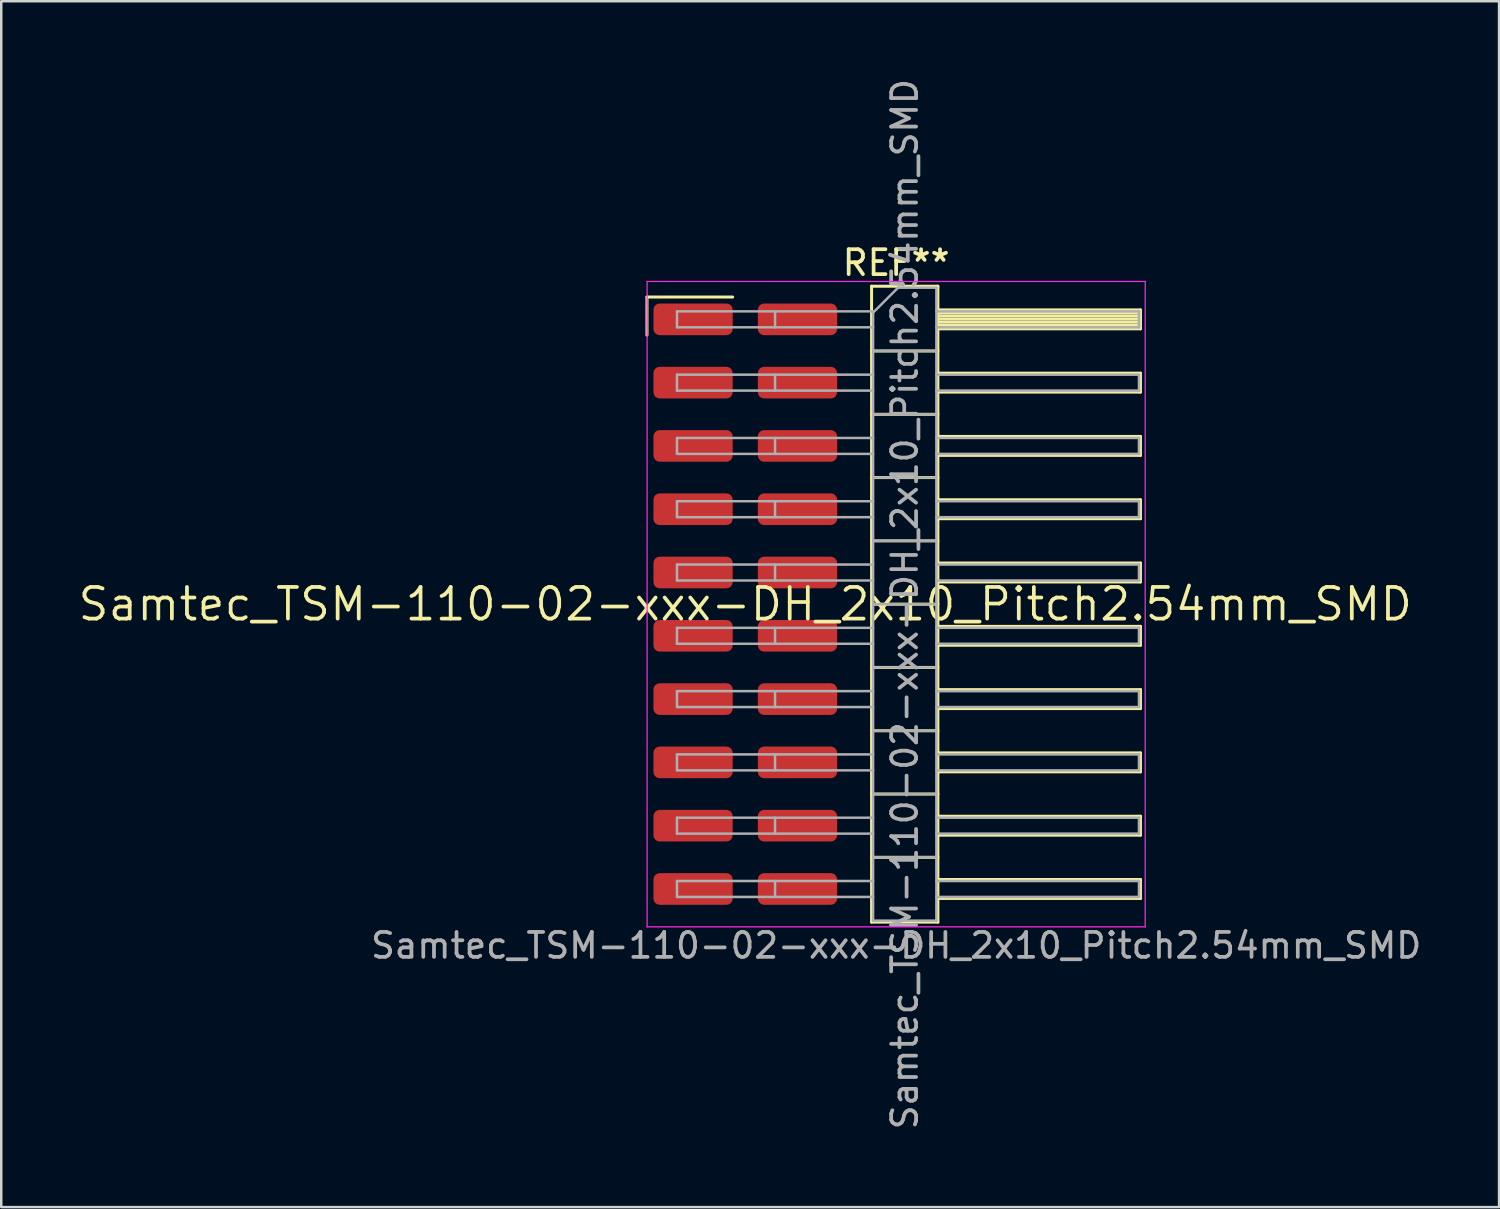
<source format=kicad_pcb>
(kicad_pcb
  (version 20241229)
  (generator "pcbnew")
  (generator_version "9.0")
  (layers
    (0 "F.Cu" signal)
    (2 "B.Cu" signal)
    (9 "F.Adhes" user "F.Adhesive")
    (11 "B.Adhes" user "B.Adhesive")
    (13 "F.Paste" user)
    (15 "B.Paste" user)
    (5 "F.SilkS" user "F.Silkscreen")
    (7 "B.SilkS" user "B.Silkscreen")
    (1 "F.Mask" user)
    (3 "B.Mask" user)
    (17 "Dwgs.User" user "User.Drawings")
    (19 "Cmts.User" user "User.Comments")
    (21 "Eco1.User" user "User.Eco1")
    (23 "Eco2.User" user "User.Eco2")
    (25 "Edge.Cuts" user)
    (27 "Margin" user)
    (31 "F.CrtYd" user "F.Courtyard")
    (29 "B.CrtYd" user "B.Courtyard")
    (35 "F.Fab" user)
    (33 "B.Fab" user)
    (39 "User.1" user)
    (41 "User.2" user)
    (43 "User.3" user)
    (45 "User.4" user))
  (footprint "Samtec_TSM-110-02-xxx-DH_2x10_Pitch2.54mm_SMD"
    (layer "F.Cu")
    (at 26.859 21.196)
    (property "Reference" "Samtec_TSM-110-02-xxx-DH_2x10_Pitch2.54mm_SMD" (at 0 0 0) (layer "F.SilkS") (effects (font (size 1.27 1.27) (thickness 0.15))))
    (attr smd)
    (fp_line (start -3.945 -12.325) (end -0.505 -12.325) (stroke (width 0.12) (type solid)) (layer "F.SilkS"))
    (fp_line (start -3.945 -10.795) (end -3.945 -12.325) (stroke (width 0.12) (type solid)) (layer "F.SilkS"))
    (fp_line (start 5.07 -12.76) (end 7.73 -12.76) (stroke (width 0.12) (type solid)) (layer "F.SilkS"))
    (fp_line (start 5.07 -10.16) (end 7.73 -10.16) (stroke (width 0.12) (type solid)) (layer "F.SilkS"))
    (fp_line (start 5.07 -7.62) (end 7.73 -7.62) (stroke (width 0.12) (type solid)) (layer "F.SilkS"))
    (fp_line (start 5.07 -5.08) (end 7.73 -5.08) (stroke (width 0.12) (type solid)) (layer "F.SilkS"))
    (fp_line (start 5.07 -2.54) (end 7.73 -2.54) (stroke (width 0.12) (type solid)) (layer "F.SilkS"))
    (fp_line (start 5.07 0) (end 7.73 0) (stroke (width 0.12) (type solid)) (layer "F.SilkS"))
    (fp_line (start 5.07 2.54) (end 7.73 2.54) (stroke (width 0.12) (type solid)) (layer "F.SilkS"))
    (fp_line (start 5.07 5.08) (end 7.73 5.08) (stroke (width 0.12) (type solid)) (layer "F.SilkS"))
    (fp_line (start 5.07 7.62) (end 7.73 7.62) (stroke (width 0.12) (type solid)) (layer "F.SilkS"))
    (fp_line (start 5.07 10.16) (end 7.73 10.16) (stroke (width 0.12) (type solid)) (layer "F.SilkS"))
    (fp_line (start 5.07 12.76) (end 5.07 -12.76) (stroke (width 0.12) (type solid)) (layer "F.SilkS"))
    (fp_line (start 7.73 -12.76) (end 7.73 12.76) (stroke (width 0.12) (type solid)) (layer "F.SilkS"))
    (fp_line (start 7.73 -11.81) (end 15.86 -11.81) (stroke (width 0.12) (type solid)) (layer "F.SilkS"))
    (fp_line (start 7.73 -11.69) (end 15.86 -11.69) (stroke (width 0.12) (type solid)) (layer "F.SilkS"))
    (fp_line (start 7.73 -11.57) (end 15.86 -11.57) (stroke (width 0.12) (type solid)) (layer "F.SilkS"))
    (fp_line (start 7.73 -11.45) (end 15.86 -11.45) (stroke (width 0.12) (type solid)) (layer "F.SilkS"))
    (fp_line (start 7.73 -11.33) (end 15.86 -11.33) (stroke (width 0.12) (type solid)) (layer "F.SilkS"))
    (fp_line (start 7.73 -11.21) (end 15.86 -11.21) (stroke (width 0.12) (type solid)) (layer "F.SilkS"))
    (fp_line (start 7.73 -11.09) (end 15.86 -11.09) (stroke (width 0.12) (type solid)) (layer "F.SilkS"))
    (fp_line (start 7.73 -11.05) (end 15.86 -11.05) (stroke (width 0.12) (type solid)) (layer "F.SilkS"))
    (fp_line (start 7.73 -9.27) (end 15.86 -9.27) (stroke (width 0.12) (type solid)) (layer "F.SilkS"))
    (fp_line (start 7.73 -8.51) (end 15.86 -8.51) (stroke (width 0.12) (type solid)) (layer "F.SilkS"))
    (fp_line (start 7.73 -6.73) (end 15.86 -6.73) (stroke (width 0.12) (type solid)) (layer "F.SilkS"))
    (fp_line (start 7.73 -5.97) (end 15.86 -5.97) (stroke (width 0.12) (type solid)) (layer "F.SilkS"))
    (fp_line (start 7.73 -4.19) (end 15.86 -4.19) (stroke (width 0.12) (type solid)) (layer "F.SilkS"))
    (fp_line (start 7.73 -3.43) (end 15.86 -3.43) (stroke (width 0.12) (type solid)) (layer "F.SilkS"))
    (fp_line (start 7.73 -1.65) (end 15.86 -1.65) (stroke (width 0.12) (type solid)) (layer "F.SilkS"))
    (fp_line (start 7.73 -0.89) (end 15.86 -0.89) (stroke (width 0.12) (type solid)) (layer "F.SilkS"))
    (fp_line (start 7.73 0.89) (end 15.86 0.89) (stroke (width 0.12) (type solid)) (layer "F.SilkS"))
    (fp_line (start 7.73 1.65) (end 15.86 1.65) (stroke (width 0.12) (type solid)) (layer "F.SilkS"))
    (fp_line (start 7.73 3.43) (end 15.86 3.43) (stroke (width 0.12) (type solid)) (layer "F.SilkS"))
    (fp_line (start 7.73 4.19) (end 15.86 4.19) (stroke (width 0.12) (type solid)) (layer "F.SilkS"))
    (fp_line (start 7.73 5.97) (end 15.86 5.97) (stroke (width 0.12) (type solid)) (layer "F.SilkS"))
    (fp_line (start 7.73 6.73) (end 15.86 6.73) (stroke (width 0.12) (type solid)) (layer "F.SilkS"))
    (fp_line (start 7.73 8.51) (end 15.86 8.51) (stroke (width 0.12) (type solid)) (layer "F.SilkS"))
    (fp_line (start 7.73 9.27) (end 15.86 9.27) (stroke (width 0.12) (type solid)) (layer "F.SilkS"))
    (fp_line (start 7.73 11.05) (end 15.86 11.05) (stroke (width 0.12) (type solid)) (layer "F.SilkS"))
    (fp_line (start 7.73 11.81) (end 15.86 11.81) (stroke (width 0.12) (type solid)) (layer "F.SilkS"))
    (fp_line (start 7.73 12.76) (end 5.07 12.76) (stroke (width 0.12) (type solid)) (layer "F.SilkS"))
    (fp_line (start 15.86 -11.81) (end 15.86 -11.05) (stroke (width 0.12) (type solid)) (layer "F.SilkS"))
    (fp_line (start 15.86 -9.27) (end 15.86 -8.51) (stroke (width 0.12) (type solid)) (layer "F.SilkS"))
    (fp_line (start 15.86 -6.73) (end 15.86 -5.97) (stroke (width 0.12) (type solid)) (layer "F.SilkS"))
    (fp_line (start 15.86 -4.19) (end 15.86 -3.43) (stroke (width 0.12) (type solid)) (layer "F.SilkS"))
    (fp_line (start 15.86 -1.65) (end 15.86 -0.89) (stroke (width 0.12) (type solid)) (layer "F.SilkS"))
    (fp_line (start 15.86 0.89) (end 15.86 1.65) (stroke (width 0.12) (type solid)) (layer "F.SilkS"))
    (fp_line (start 15.86 3.43) (end 15.86 4.19) (stroke (width 0.12) (type solid)) (layer "F.SilkS"))
    (fp_line (start 15.86 5.97) (end 15.86 6.73) (stroke (width 0.12) (type solid)) (layer "F.SilkS"))
    (fp_line (start 15.86 8.51) (end 15.86 9.27) (stroke (width 0.12) (type solid)) (layer "F.SilkS"))
    (fp_line (start 15.86 11.05) (end 15.86 11.81) (stroke (width 0.12) (type solid)) (layer "F.SilkS"))
    (fp_line (start -3.94 -12.95) (end 16.05 -12.95) (stroke (width 0.05) (type solid)) (layer "F.CrtYd"))
    (fp_line (start -3.94 12.95) (end -3.94 -12.95) (stroke (width 0.05) (type solid)) (layer "F.CrtYd"))
    (fp_line (start 16.05 -12.95) (end 16.05 12.95) (stroke (width 0.05) (type solid)) (layer "F.CrtYd"))
    (fp_line (start 16.05 12.95) (end -3.94 12.95) (stroke (width 0.05) (type solid)) (layer "F.CrtYd"))
    (fp_line (start -2.74 -11.75) (end -2.74 -11.11) (stroke (width 0.1) (type solid)) (layer "F.Fab"))
    (fp_line (start -2.74 -11.75) (end 5.13 -11.75) (stroke (width 0.1) (type solid)) (layer "F.Fab"))
    (fp_line (start -2.74 -11.11) (end 5.13 -11.11) (stroke (width 0.1) (type solid)) (layer "F.Fab"))
    (fp_line (start -2.74 -9.21) (end -2.74 -8.57) (stroke (width 0.1) (type solid)) (layer "F.Fab"))
    (fp_line (start -2.74 -9.21) (end 5.13 -9.21) (stroke (width 0.1) (type solid)) (layer "F.Fab"))
    (fp_line (start -2.74 -8.57) (end 5.13 -8.57) (stroke (width 0.1) (type solid)) (layer "F.Fab"))
    (fp_line (start -2.74 -6.67) (end -2.74 -6.03) (stroke (width 0.1) (type solid)) (layer "F.Fab"))
    (fp_line (start -2.74 -6.67) (end 5.13 -6.67) (stroke (width 0.1) (type solid)) (layer "F.Fab"))
    (fp_line (start -2.74 -6.03) (end 5.13 -6.03) (stroke (width 0.1) (type solid)) (layer "F.Fab"))
    (fp_line (start -2.74 -4.13) (end -2.74 -3.49) (stroke (width 0.1) (type solid)) (layer "F.Fab"))
    (fp_line (start -2.74 -4.13) (end 5.13 -4.13) (stroke (width 0.1) (type solid)) (layer "F.Fab"))
    (fp_line (start -2.74 -3.49) (end 5.13 -3.49) (stroke (width 0.1) (type solid)) (layer "F.Fab"))
    (fp_line (start -2.74 -1.59) (end -2.74 -0.95) (stroke (width 0.1) (type solid)) (layer "F.Fab"))
    (fp_line (start -2.74 -1.59) (end 5.13 -1.59) (stroke (width 0.1) (type solid)) (layer "F.Fab"))
    (fp_line (start -2.74 -0.95) (end 5.13 -0.95) (stroke (width 0.1) (type solid)) (layer "F.Fab"))
    (fp_line (start -2.74 0.95) (end -2.74 1.59) (stroke (width 0.1) (type solid)) (layer "F.Fab"))
    (fp_line (start -2.74 0.95) (end 5.13 0.95) (stroke (width 0.1) (type solid)) (layer "F.Fab"))
    (fp_line (start -2.74 1.59) (end 5.13 1.59) (stroke (width 0.1) (type solid)) (layer "F.Fab"))
    (fp_line (start -2.74 3.49) (end -2.74 4.13) (stroke (width 0.1) (type solid)) (layer "F.Fab"))
    (fp_line (start -2.74 3.49) (end 5.13 3.49) (stroke (width 0.1) (type solid)) (layer "F.Fab"))
    (fp_line (start -2.74 4.13) (end 5.13 4.13) (stroke (width 0.1) (type solid)) (layer "F.Fab"))
    (fp_line (start -2.74 6.03) (end -2.74 6.67) (stroke (width 0.1) (type solid)) (layer "F.Fab"))
    (fp_line (start -2.74 6.03) (end 5.13 6.03) (stroke (width 0.1) (type solid)) (layer "F.Fab"))
    (fp_line (start -2.74 6.67) (end 5.13 6.67) (stroke (width 0.1) (type solid)) (layer "F.Fab"))
    (fp_line (start -2.74 8.57) (end -2.74 9.21) (stroke (width 0.1) (type solid)) (layer "F.Fab"))
    (fp_line (start -2.74 8.57) (end 5.13 8.57) (stroke (width 0.1) (type solid)) (layer "F.Fab"))
    (fp_line (start -2.74 9.21) (end 5.13 9.21) (stroke (width 0.1) (type solid)) (layer "F.Fab"))
    (fp_line (start -2.74 11.11) (end -2.74 11.75) (stroke (width 0.1) (type solid)) (layer "F.Fab"))
    (fp_line (start -2.74 11.11) (end 5.13 11.11) (stroke (width 0.1) (type solid)) (layer "F.Fab"))
    (fp_line (start -2.74 11.75) (end 5.13 11.75) (stroke (width 0.1) (type solid)) (layer "F.Fab"))
    (fp_line (start 1.195 -11.75) (end 1.195 -11.11) (stroke (width 0.1) (type solid)) (layer "F.Fab"))
    (fp_line (start 1.195 -9.21) (end 1.195 -8.57) (stroke (width 0.1) (type solid)) (layer "F.Fab"))
    (fp_line (start 1.195 -6.67) (end 1.195 -6.03) (stroke (width 0.1) (type solid)) (layer "F.Fab"))
    (fp_line (start 1.195 -4.13) (end 1.195 -3.49) (stroke (width 0.1) (type solid)) (layer "F.Fab"))
    (fp_line (start 1.195 -1.59) (end 1.195 -0.95) (stroke (width 0.1) (type solid)) (layer "F.Fab"))
    (fp_line (start 1.195 0.95) (end 1.195 1.59) (stroke (width 0.1) (type solid)) (layer "F.Fab"))
    (fp_line (start 1.195 3.49) (end 1.195 4.13) (stroke (width 0.1) (type solid)) (layer "F.Fab"))
    (fp_line (start 1.195 6.03) (end 1.195 6.67) (stroke (width 0.1) (type solid)) (layer "F.Fab"))
    (fp_line (start 1.195 8.57) (end 1.195 9.21) (stroke (width 0.1) (type solid)) (layer "F.Fab"))
    (fp_line (start 1.195 11.11) (end 1.195 11.75) (stroke (width 0.1) (type solid)) (layer "F.Fab"))
    (fp_line (start 5.13 -11.7) (end 6.13 -12.7) (stroke (width 0.1) (type solid)) (layer "F.Fab"))
    (fp_line (start 5.13 -10.16) (end 7.67 -10.16) (stroke (width 0.1) (type solid)) (layer "F.Fab"))
    (fp_line (start 5.13 -7.62) (end 7.67 -7.62) (stroke (width 0.1) (type solid)) (layer "F.Fab"))
    (fp_line (start 5.13 -5.08) (end 7.67 -5.08) (stroke (width 0.1) (type solid)) (layer "F.Fab"))
    (fp_line (start 5.13 -2.54) (end 7.67 -2.54) (stroke (width 0.1) (type solid)) (layer "F.Fab"))
    (fp_line (start 5.13 0) (end 7.67 0) (stroke (width 0.1) (type solid)) (layer "F.Fab"))
    (fp_line (start 5.13 2.54) (end 7.67 2.54) (stroke (width 0.1) (type solid)) (layer "F.Fab"))
    (fp_line (start 5.13 5.08) (end 7.67 5.08) (stroke (width 0.1) (type solid)) (layer "F.Fab"))
    (fp_line (start 5.13 7.62) (end 7.67 7.62) (stroke (width 0.1) (type solid)) (layer "F.Fab"))
    (fp_line (start 5.13 10.16) (end 7.67 10.16) (stroke (width 0.1) (type solid)) (layer "F.Fab"))
    (fp_line (start 5.13 12.7) (end 5.13 -11.7) (stroke (width 0.1) (type solid)) (layer "F.Fab"))
    (fp_line (start 6.13 -12.7) (end 7.67 -12.7) (stroke (width 0.1) (type solid)) (layer "F.Fab"))
    (fp_line (start 7.67 -12.7) (end 7.67 12.7) (stroke (width 0.1) (type solid)) (layer "F.Fab"))
    (fp_line (start 7.67 -11.75) (end 15.8 -11.75) (stroke (width 0.1) (type solid)) (layer "F.Fab"))
    (fp_line (start 7.67 -11.11) (end 15.8 -11.11) (stroke (width 0.1) (type solid)) (layer "F.Fab"))
    (fp_line (start 7.67 -9.21) (end 15.8 -9.21) (stroke (width 0.1) (type solid)) (layer "F.Fab"))
    (fp_line (start 7.67 -8.57) (end 15.8 -8.57) (stroke (width 0.1) (type solid)) (layer "F.Fab"))
    (fp_line (start 7.67 -6.67) (end 15.8 -6.67) (stroke (width 0.1) (type solid)) (layer "F.Fab"))
    (fp_line (start 7.67 -6.03) (end 15.8 -6.03) (stroke (width 0.1) (type solid)) (layer "F.Fab"))
    (fp_line (start 7.67 -4.13) (end 15.8 -4.13) (stroke (width 0.1) (type solid)) (layer "F.Fab"))
    (fp_line (start 7.67 -3.49) (end 15.8 -3.49) (stroke (width 0.1) (type solid)) (layer "F.Fab"))
    (fp_line (start 7.67 -1.59) (end 15.8 -1.59) (stroke (width 0.1) (type solid)) (layer "F.Fab"))
    (fp_line (start 7.67 -0.95) (end 15.8 -0.95) (stroke (width 0.1) (type solid)) (layer "F.Fab"))
    (fp_line (start 7.67 0.95) (end 15.8 0.95) (stroke (width 0.1) (type solid)) (layer "F.Fab"))
    (fp_line (start 7.67 1.59) (end 15.8 1.59) (stroke (width 0.1) (type solid)) (layer "F.Fab"))
    (fp_line (start 7.67 3.49) (end 15.8 3.49) (stroke (width 0.1) (type solid)) (layer "F.Fab"))
    (fp_line (start 7.67 4.13) (end 15.8 4.13) (stroke (width 0.1) (type solid)) (layer "F.Fab"))
    (fp_line (start 7.67 6.03) (end 15.8 6.03) (stroke (width 0.1) (type solid)) (layer "F.Fab"))
    (fp_line (start 7.67 6.67) (end 15.8 6.67) (stroke (width 0.1) (type solid)) (layer "F.Fab"))
    (fp_line (start 7.67 8.57) (end 15.8 8.57) (stroke (width 0.1) (type solid)) (layer "F.Fab"))
    (fp_line (start 7.67 9.21) (end 15.8 9.21) (stroke (width 0.1) (type solid)) (layer "F.Fab"))
    (fp_line (start 7.67 11.11) (end 15.8 11.11) (stroke (width 0.1) (type solid)) (layer "F.Fab"))
    (fp_line (start 7.67 11.75) (end 15.8 11.75) (stroke (width 0.1) (type solid)) (layer "F.Fab"))
    (fp_line (start 7.67 12.7) (end 5.13 12.7) (stroke (width 0.1) (type solid)) (layer "F.Fab"))
    (fp_line (start 15.8 -11.75) (end 15.8 -11.11) (stroke (width 0.1) (type solid)) (layer "F.Fab"))
    (fp_line (start 15.8 -9.21) (end 15.8 -8.57) (stroke (width 0.1) (type solid)) (layer "F.Fab"))
    (fp_line (start 15.8 -6.67) (end 15.8 -6.03) (stroke (width 0.1) (type solid)) (layer "F.Fab"))
    (fp_line (start 15.8 -4.13) (end 15.8 -3.49) (stroke (width 0.1) (type solid)) (layer "F.Fab"))
    (fp_line (start 15.8 -1.59) (end 15.8 -0.95) (stroke (width 0.1) (type solid)) (layer "F.Fab"))
    (fp_line (start 15.8 0.95) (end 15.8 1.59) (stroke (width 0.1) (type solid)) (layer "F.Fab"))
    (fp_line (start 15.8 3.49) (end 15.8 4.13) (stroke (width 0.1) (type solid)) (layer "F.Fab"))
    (fp_line (start 15.8 6.03) (end 15.8 6.67) (stroke (width 0.1) (type solid)) (layer "F.Fab"))
    (fp_line (start 15.8 8.57) (end 15.8 9.21) (stroke (width 0.1) (type solid)) (layer "F.Fab"))
    (fp_line (start 15.8 11.11) (end 15.8 11.75) (stroke (width 0.1) (type solid)) (layer "F.Fab"))
    (fp_text user "REF**" (at 6.055 -13.7 0) (layer "F.SilkS") (effects (font (size 1 1) (thickness 0.15))))
    (fp_text user "Samtec_TSM-110-02-xxx-DH_2x10_Pitch2.54mm_SMD" (at 6.055 13.7 0) (layer "F.Fab") (effects (font (size 1 1) (thickness 0.15))))
    (fp_text user "${REFERENCE}" (at 6.4 0 90) (layer "F.Fab") (effects (font (size 1 1) (thickness 0.15))))
    (pad "1" smd roundrect (at -2.095 -11.43) (size 3.18 1.27) (layers "F.Cu" "F.Mask" "F.Paste") (roundrect_rratio 0.197))
    (pad "2" smd roundrect (at 2.095 -11.43) (size 3.18 1.27) (layers "F.Cu" "F.Mask" "F.Paste") (roundrect_rratio 0.197))
    (pad "3" smd roundrect (at -2.095 -8.89) (size 3.18 1.27) (layers "F.Cu" "F.Mask" "F.Paste") (roundrect_rratio 0.197))
    (pad "4" smd roundrect (at 2.095 -8.89) (size 3.18 1.27) (layers "F.Cu" "F.Mask" "F.Paste") (roundrect_rratio 0.197))
    (pad "5" smd roundrect (at -2.095 -6.35) (size 3.18 1.27) (layers "F.Cu" "F.Mask" "F.Paste") (roundrect_rratio 0.197))
    (pad "6" smd roundrect (at 2.095 -6.35) (size 3.18 1.27) (layers "F.Cu" "F.Mask" "F.Paste") (roundrect_rratio 0.197))
    (pad "7" smd roundrect (at -2.095 -3.81) (size 3.18 1.27) (layers "F.Cu" "F.Mask" "F.Paste") (roundrect_rratio 0.197))
    (pad "8" smd roundrect (at 2.095 -3.81) (size 3.18 1.27) (layers "F.Cu" "F.Mask" "F.Paste") (roundrect_rratio 0.197))
    (pad "9" smd roundrect (at -2.095 -1.27) (size 3.18 1.27) (layers "F.Cu" "F.Mask" "F.Paste") (roundrect_rratio 0.197))
    (pad "10" smd roundrect (at 2.095 -1.27) (size 3.18 1.27) (layers "F.Cu" "F.Mask" "F.Paste") (roundrect_rratio 0.197))
    (pad "11" smd roundrect (at -2.095 1.27) (size 3.18 1.27) (layers "F.Cu" "F.Mask" "F.Paste") (roundrect_rratio 0.197))
    (pad "12" smd roundrect (at 2.095 1.27) (size 3.18 1.27) (layers "F.Cu" "F.Mask" "F.Paste") (roundrect_rratio 0.197))
    (pad "13" smd roundrect (at -2.095 3.81) (size 3.18 1.27) (layers "F.Cu" "F.Mask" "F.Paste") (roundrect_rratio 0.197))
    (pad "14" smd roundrect (at 2.095 3.81) (size 3.18 1.27) (layers "F.Cu" "F.Mask" "F.Paste") (roundrect_rratio 0.197))
    (pad "15" smd roundrect (at -2.095 6.35) (size 3.18 1.27) (layers "F.Cu" "F.Mask" "F.Paste") (roundrect_rratio 0.197))
    (pad "16" smd roundrect (at 2.095 6.35) (size 3.18 1.27) (layers "F.Cu" "F.Mask" "F.Paste") (roundrect_rratio 0.197))
    (pad "17" smd roundrect (at -2.095 8.89) (size 3.18 1.27) (layers "F.Cu" "F.Mask" "F.Paste") (roundrect_rratio 0.197))
    (pad "18" smd roundrect (at 2.095 8.89) (size 3.18 1.27) (layers "F.Cu" "F.Mask" "F.Paste") (roundrect_rratio 0.197))
    (pad "19" smd roundrect (at -2.095 11.43) (size 3.18 1.27) (layers "F.Cu" "F.Mask" "F.Paste") (roundrect_rratio 0.197))
    (pad "20" smd roundrect (at 2.095 11.43) (size 3.18 1.27) (layers "F.Cu" "F.Mask" "F.Paste") (roundrect_rratio 0.197)))
  (gr_rect
    (start -3 -3)
    (end 57.11 45.393)
    (stroke (width 0.1) (type default))
    (fill no)
    (layer "Edge.Cuts")))
</source>
